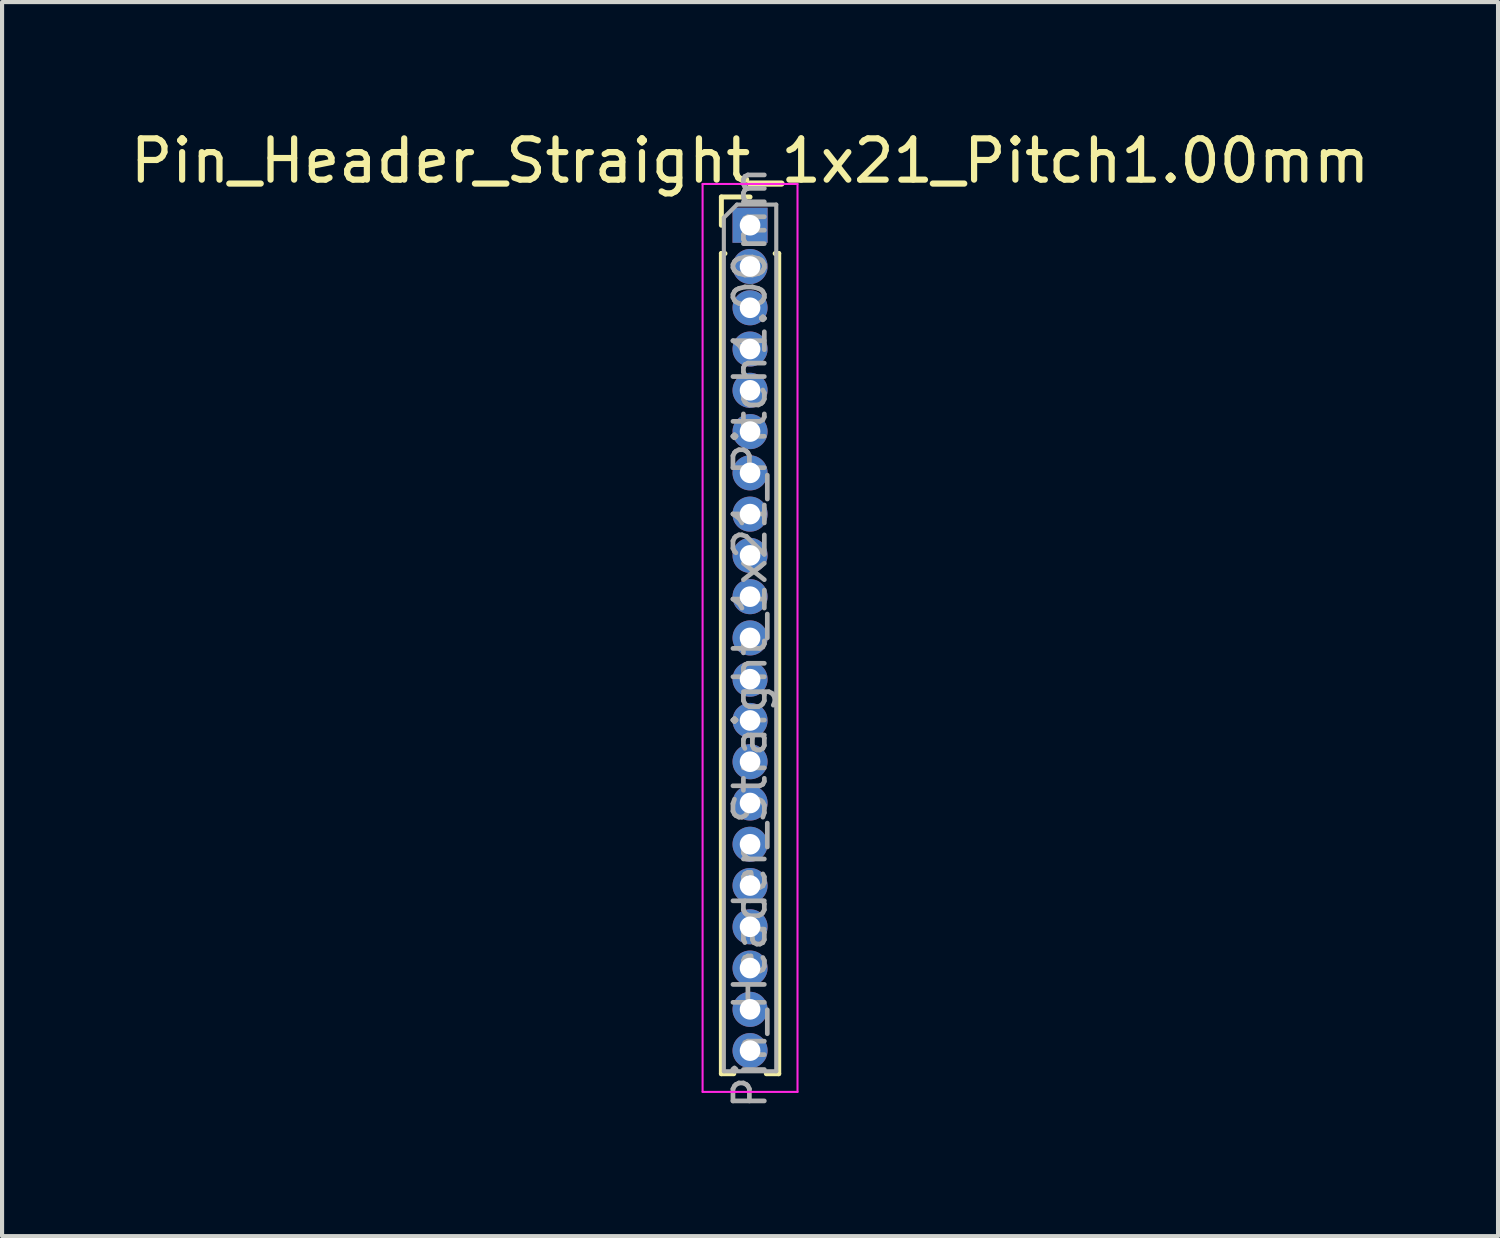
<source format=kicad_pcb>
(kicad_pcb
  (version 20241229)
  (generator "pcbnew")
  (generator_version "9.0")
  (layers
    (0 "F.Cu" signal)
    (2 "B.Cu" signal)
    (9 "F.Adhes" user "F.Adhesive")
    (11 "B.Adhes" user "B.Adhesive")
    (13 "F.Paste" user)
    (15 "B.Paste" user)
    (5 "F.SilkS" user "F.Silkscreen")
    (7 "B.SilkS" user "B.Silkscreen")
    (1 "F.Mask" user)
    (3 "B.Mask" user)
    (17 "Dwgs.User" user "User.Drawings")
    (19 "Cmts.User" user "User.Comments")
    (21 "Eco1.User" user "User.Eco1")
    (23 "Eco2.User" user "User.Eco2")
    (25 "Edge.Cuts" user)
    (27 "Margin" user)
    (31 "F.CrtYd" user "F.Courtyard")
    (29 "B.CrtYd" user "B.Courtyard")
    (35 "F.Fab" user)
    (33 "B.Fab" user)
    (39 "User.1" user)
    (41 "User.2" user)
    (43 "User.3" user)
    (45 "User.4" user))
  (footprint "Pin_Header_Straight_1x21_Pitch1.00mm"
    (layer "F.Cu")
    (at 15.125 2.408)
    (property "Reference" "Pin_Header_Straight_1x21_Pitch1.00mm" (at 0 -1.56 0) (layer "F.SilkS") (effects (font (size 1 1) (thickness 0.15))))
    (attr through_hole)
    (fp_line (start -0.695 -0.685) (end 0 -0.685) (stroke (width 0.12) (type solid)) (layer "F.SilkS"))
    (fp_line (start -0.695 0) (end -0.695 -0.685) (stroke (width 0.12) (type solid)) (layer "F.SilkS"))
    (fp_line (start -0.695 0.685) (end -0.695 20.56) (stroke (width 0.12) (type solid)) (layer "F.SilkS"))
    (fp_line (start -0.695 0.685) (end -0.608 0.685) (stroke (width 0.12) (type solid)) (layer "F.SilkS"))
    (fp_line (start -0.695 20.56) (end -0.394 20.56) (stroke (width 0.12) (type solid)) (layer "F.SilkS"))
    (fp_line (start 0.394 20.56) (end 0.695 20.56) (stroke (width 0.12) (type solid)) (layer "F.SilkS"))
    (fp_line (start 0.608 0.685) (end 0.695 0.685) (stroke (width 0.12) (type solid)) (layer "F.SilkS"))
    (fp_line (start 0.695 0.685) (end 0.695 20.56) (stroke (width 0.12) (type solid)) (layer "F.SilkS"))
    (fp_line (start -1.15 -1) (end -1.15 21) (stroke (width 0.05) (type solid)) (layer "F.CrtYd"))
    (fp_line (start -1.15 21) (end 1.15 21) (stroke (width 0.05) (type solid)) (layer "F.CrtYd"))
    (fp_line (start 1.15 -1) (end -1.15 -1) (stroke (width 0.05) (type solid)) (layer "F.CrtYd"))
    (fp_line (start 1.15 21) (end 1.15 -1) (stroke (width 0.05) (type solid)) (layer "F.CrtYd"))
    (fp_line (start -0.635 -0.182) (end -0.318 -0.5) (stroke (width 0.1) (type solid)) (layer "F.Fab"))
    (fp_line (start -0.635 20.5) (end -0.635 -0.182) (stroke (width 0.1) (type solid)) (layer "F.Fab"))
    (fp_line (start -0.318 -0.5) (end 0.635 -0.5) (stroke (width 0.1) (type solid)) (layer "F.Fab"))
    (fp_line (start 0.635 -0.5) (end 0.635 20.5) (stroke (width 0.1) (type solid)) (layer "F.Fab"))
    (fp_line (start 0.635 20.5) (end -0.635 20.5) (stroke (width 0.1) (type solid)) (layer "F.Fab"))
    (fp_text user "${REFERENCE}" (at 0 10 90) (layer "F.Fab") (effects (font (size 0.76 0.76) (thickness 0.114))))
    (pad "1" thru_hole rect (at 0 0) (size 0.85 0.85) (drill 0.5) (layers "*.Cu" "*.Mask"))
    (pad "2" thru_hole oval (at 0 1) (size 0.85 0.85) (drill 0.5) (layers "*.Cu" "*.Mask"))
    (pad "3" thru_hole oval (at 0 2) (size 0.85 0.85) (drill 0.5) (layers "*.Cu" "*.Mask"))
    (pad "4" thru_hole oval (at 0 3) (size 0.85 0.85) (drill 0.5) (layers "*.Cu" "*.Mask"))
    (pad "5" thru_hole oval (at 0 4) (size 0.85 0.85) (drill 0.5) (layers "*.Cu" "*.Mask"))
    (pad "6" thru_hole oval (at 0 5) (size 0.85 0.85) (drill 0.5) (layers "*.Cu" "*.Mask"))
    (pad "7" thru_hole oval (at 0 6) (size 0.85 0.85) (drill 0.5) (layers "*.Cu" "*.Mask"))
    (pad "8" thru_hole oval (at 0 7) (size 0.85 0.85) (drill 0.5) (layers "*.Cu" "*.Mask"))
    (pad "9" thru_hole oval (at 0 8) (size 0.85 0.85) (drill 0.5) (layers "*.Cu" "*.Mask"))
    (pad "10" thru_hole oval (at 0 9) (size 0.85 0.85) (drill 0.5) (layers "*.Cu" "*.Mask"))
    (pad "11" thru_hole oval (at 0 10) (size 0.85 0.85) (drill 0.5) (layers "*.Cu" "*.Mask"))
    (pad "12" thru_hole oval (at 0 11) (size 0.85 0.85) (drill 0.5) (layers "*.Cu" "*.Mask"))
    (pad "13" thru_hole oval (at 0 12) (size 0.85 0.85) (drill 0.5) (layers "*.Cu" "*.Mask"))
    (pad "14" thru_hole oval (at 0 13) (size 0.85 0.85) (drill 0.5) (layers "*.Cu" "*.Mask"))
    (pad "15" thru_hole oval (at 0 14) (size 0.85 0.85) (drill 0.5) (layers "*.Cu" "*.Mask"))
    (pad "16" thru_hole oval (at 0 15) (size 0.85 0.85) (drill 0.5) (layers "*.Cu" "*.Mask"))
    (pad "17" thru_hole oval (at 0 16) (size 0.85 0.85) (drill 0.5) (layers "*.Cu" "*.Mask"))
    (pad "18" thru_hole oval (at 0 17) (size 0.85 0.85) (drill 0.5) (layers "*.Cu" "*.Mask"))
    (pad "19" thru_hole oval (at 0 18) (size 0.85 0.85) (drill 0.5) (layers "*.Cu" "*.Mask"))
    (pad "20" thru_hole oval (at 0 19) (size 0.85 0.85) (drill 0.5) (layers "*.Cu" "*.Mask"))
    (pad "21" thru_hole oval (at 0 20) (size 0.85 0.85) (drill 0.5) (layers "*.Cu" "*.Mask")))
  (gr_rect
    (start -3 -3)
    (end 33.25 26.903)
    (stroke (width 0.1) (type default))
    (fill no)
    (layer "Edge.Cuts")))
</source>
